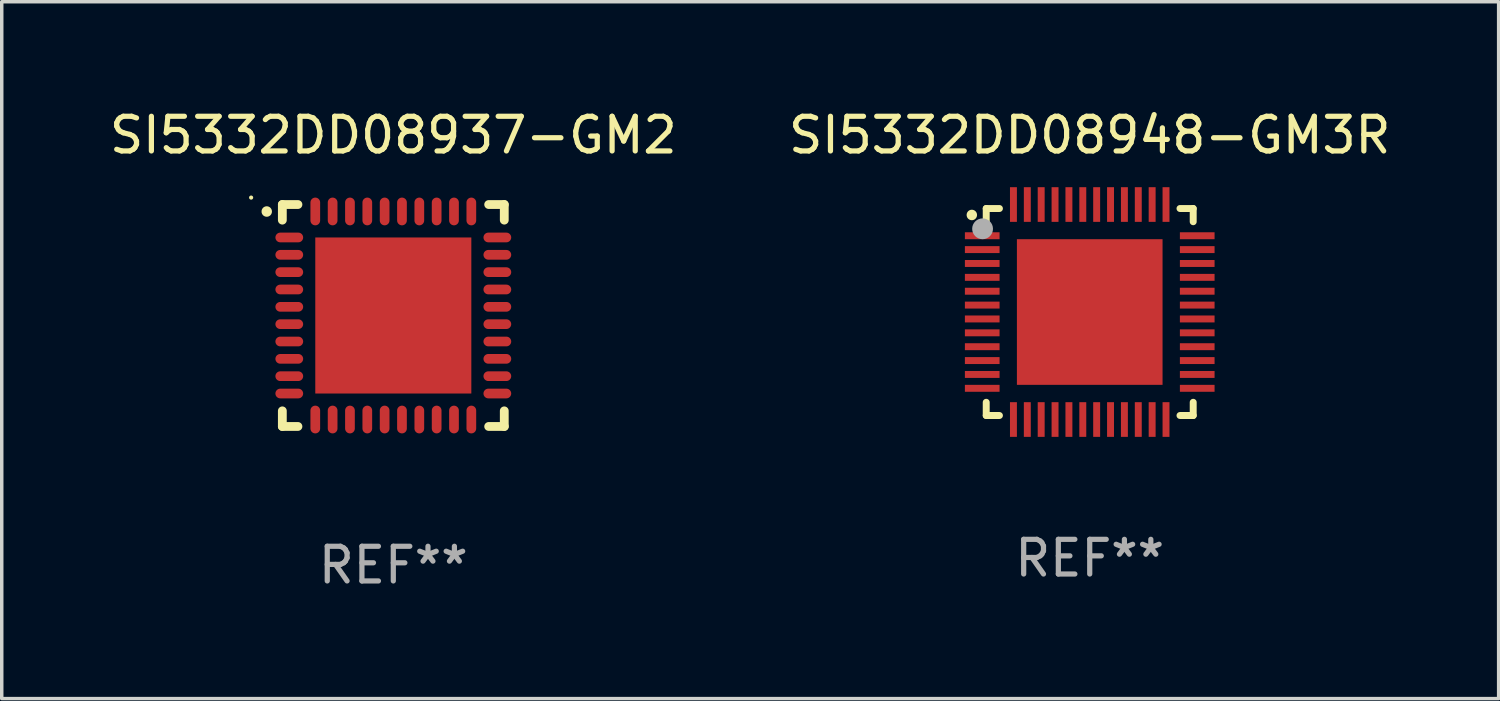
<source format=kicad_pcb>
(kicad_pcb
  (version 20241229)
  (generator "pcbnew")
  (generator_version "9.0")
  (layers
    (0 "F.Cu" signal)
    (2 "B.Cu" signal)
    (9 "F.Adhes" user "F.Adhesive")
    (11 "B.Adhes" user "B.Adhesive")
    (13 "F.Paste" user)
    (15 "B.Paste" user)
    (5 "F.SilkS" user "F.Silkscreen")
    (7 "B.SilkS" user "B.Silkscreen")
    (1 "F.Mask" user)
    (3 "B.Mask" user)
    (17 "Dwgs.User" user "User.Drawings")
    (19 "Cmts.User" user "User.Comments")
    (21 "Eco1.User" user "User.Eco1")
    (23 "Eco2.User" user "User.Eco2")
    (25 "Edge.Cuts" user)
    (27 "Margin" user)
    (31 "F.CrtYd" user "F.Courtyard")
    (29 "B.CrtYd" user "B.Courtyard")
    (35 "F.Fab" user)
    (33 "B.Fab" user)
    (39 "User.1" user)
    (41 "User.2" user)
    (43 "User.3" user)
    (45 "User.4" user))
  (footprint "SI5332DD08948-GM3R"
    (layer "F.Cu")
    (at 28.375 5.948)
    (property "Reference" "SI5332DD08948-GM3R" (at 0 -5.1 0) (layer "F.SilkS") (effects (font (size 1 1) (thickness 0.15))))
    (attr through_hole)
    (fp_line (start -2.985 -2.985) (end -2.604 -2.985) (stroke (width 0.2) (type solid)) (layer "F.SilkS"))
    (fp_line (start -2.985 -2.604) (end -2.985 -2.985) (stroke (width 0.2) (type solid)) (layer "F.SilkS"))
    (fp_line (start -2.985 2.984) (end -2.985 2.603) (stroke (width 0.2) (type solid)) (layer "F.SilkS"))
    (fp_line (start -2.604 2.984) (end -2.985 2.984) (stroke (width 0.2) (type solid)) (layer "F.SilkS"))
    (fp_line (start 2.603 -2.985) (end 2.984 -2.985) (stroke (width 0.2) (type solid)) (layer "F.SilkS"))
    (fp_line (start 2.984 -2.985) (end 2.984 -2.604) (stroke (width 0.2) (type solid)) (layer "F.SilkS"))
    (fp_line (start 2.984 2.603) (end 2.984 2.984) (stroke (width 0.2) (type solid)) (layer "F.SilkS"))
    (fp_line (start 2.984 2.984) (end 2.603 2.984) (stroke (width 0.2) (type solid)) (layer "F.SilkS"))
    (fp_arc (start -3.400076 -2.797562) (mid -3.400081 -2.798806) (end -3.400076 -2.800051) (stroke (width 0.3) (type solid)) (layer "F.SilkS"))
    (fp_circle (center -3 -3) (end -2.97 -3) (stroke (width 0.06) (type solid)) (fill no) (layer "F.SilkS"))
    (fp_circle (center -3.09 -2.4) (end -2.94 -2.4) (stroke (width 0.3) (type solid)) (fill no) (layer "F.Fab"))
    (fp_text user "REF**" (at 0 7.1 0) (layer "F.Fab") (effects (font (size 1 1) (thickness 0.15))))
    (pad "1" smd rect (at -3.1 -2.2) (size 1 0.2) (layers "F.Cu" "F.Mask" "F.Paste"))
    (pad "2" smd rect (at -3.1 -1.8) (size 1 0.2) (layers "F.Cu" "F.Mask" "F.Paste"))
    (pad "3" smd rect (at -3.1 -1.4) (size 1 0.2) (layers "F.Cu" "F.Mask" "F.Paste"))
    (pad "4" smd rect (at -3.1 -1) (size 1 0.2) (layers "F.Cu" "F.Mask" "F.Paste"))
    (pad "5" smd rect (at -3.1 -0.6) (size 1 0.2) (layers "F.Cu" "F.Mask" "F.Paste"))
    (pad "6" smd rect (at -3.1 -0.2) (size 1 0.2) (layers "F.Cu" "F.Mask" "F.Paste"))
    (pad "7" smd rect (at -3.1 0.2) (size 1 0.2) (layers "F.Cu" "F.Mask" "F.Paste"))
    (pad "8" smd rect (at -3.1 0.6) (size 1 0.2) (layers "F.Cu" "F.Mask" "F.Paste"))
    (pad "9" smd rect (at -3.1 1) (size 1 0.2) (layers "F.Cu" "F.Mask" "F.Paste"))
    (pad "10" smd rect (at -3.1 1.4) (size 1 0.2) (layers "F.Cu" "F.Mask" "F.Paste"))
    (pad "11" smd rect (at -3.1 1.8) (size 1 0.2) (layers "F.Cu" "F.Mask" "F.Paste"))
    (pad "12" smd rect (at -3.1 2.2) (size 1 0.2) (layers "F.Cu" "F.Mask" "F.Paste"))
    (pad "13" smd rect (at -2.2 3.1) (size 0.2 1) (layers "F.Cu" "F.Mask" "F.Paste"))
    (pad "14" smd rect (at -1.8 3.1) (size 0.2 1) (layers "F.Cu" "F.Mask" "F.Paste"))
    (pad "15" smd rect (at -1.4 3.1) (size 0.2 1) (layers "F.Cu" "F.Mask" "F.Paste"))
    (pad "16" smd rect (at -1 3.1) (size 0.2 1) (layers "F.Cu" "F.Mask" "F.Paste"))
    (pad "17" smd rect (at -0.6 3.1) (size 0.2 1) (layers "F.Cu" "F.Mask" "F.Paste"))
    (pad "18" smd rect (at -0.2 3.1) (size 0.2 1) (layers "F.Cu" "F.Mask" "F.Paste"))
    (pad "19" smd rect (at 0.2 3.1) (size 0.2 1) (layers "F.Cu" "F.Mask" "F.Paste"))
    (pad "20" smd rect (at 0.6 3.1) (size 0.2 1) (layers "F.Cu" "F.Mask" "F.Paste"))
    (pad "21" smd rect (at 1 3.1) (size 0.2 1) (layers "F.Cu" "F.Mask" "F.Paste"))
    (pad "22" smd rect (at 1.4 3.1) (size 0.2 1) (layers "F.Cu" "F.Mask" "F.Paste"))
    (pad "23" smd rect (at 1.8 3.1) (size 0.2 1) (layers "F.Cu" "F.Mask" "F.Paste"))
    (pad "24" smd rect (at 2.2 3.1) (size 0.2 1) (layers "F.Cu" "F.Mask" "F.Paste"))
    (pad "25" smd rect (at 3.1 2.2) (size 1 0.2) (layers "F.Cu" "F.Mask" "F.Paste"))
    (pad "26" smd rect (at 3.1 1.8) (size 1 0.2) (layers "F.Cu" "F.Mask" "F.Paste"))
    (pad "27" smd rect (at 3.1 1.4) (size 1 0.2) (layers "F.Cu" "F.Mask" "F.Paste"))
    (pad "28" smd rect (at 3.1 1) (size 1 0.2) (layers "F.Cu" "F.Mask" "F.Paste"))
    (pad "29" smd rect (at 3.1 0.6) (size 1 0.2) (layers "F.Cu" "F.Mask" "F.Paste"))
    (pad "30" smd rect (at 3.1 0.2) (size 1 0.2) (layers "F.Cu" "F.Mask" "F.Paste"))
    (pad "31" smd rect (at 3.1 -0.2) (size 1 0.2) (layers "F.Cu" "F.Mask" "F.Paste"))
    (pad "32" smd rect (at 3.1 -0.6) (size 1 0.2) (layers "F.Cu" "F.Mask" "F.Paste"))
    (pad "33" smd rect (at 3.1 -1) (size 1 0.2) (layers "F.Cu" "F.Mask" "F.Paste"))
    (pad "34" smd rect (at 3.1 -1.4) (size 1 0.2) (layers "F.Cu" "F.Mask" "F.Paste"))
    (pad "35" smd rect (at 3.1 -1.8) (size 1 0.2) (layers "F.Cu" "F.Mask" "F.Paste"))
    (pad "36" smd rect (at 3.1 -2.2) (size 1 0.2) (layers "F.Cu" "F.Mask" "F.Paste"))
    (pad "37" smd rect (at 2.2 -3.1) (size 0.2 1) (layers "F.Cu" "F.Mask" "F.Paste"))
    (pad "38" smd rect (at 1.8 -3.1) (size 0.2 1) (layers "F.Cu" "F.Mask" "F.Paste"))
    (pad "39" smd rect (at 1.4 -3.1) (size 0.2 1) (layers "F.Cu" "F.Mask" "F.Paste"))
    (pad "40" smd rect (at 1 -3.1) (size 0.2 1) (layers "F.Cu" "F.Mask" "F.Paste"))
    (pad "41" smd rect (at 0.6 -3.1) (size 0.2 1) (layers "F.Cu" "F.Mask" "F.Paste"))
    (pad "42" smd rect (at 0.2 -3.1) (size 0.2 1) (layers "F.Cu" "F.Mask" "F.Paste"))
    (pad "43" smd rect (at -0.2 -3.1) (size 0.2 1) (layers "F.Cu" "F.Mask" "F.Paste"))
    (pad "44" smd rect (at -0.6 -3.1) (size 0.2 1) (layers "F.Cu" "F.Mask" "F.Paste"))
    (pad "45" smd rect (at -1 -3.1) (size 0.2 1) (layers "F.Cu" "F.Mask" "F.Paste"))
    (pad "46" smd rect (at -1.4 -3.1) (size 0.2 1) (layers "F.Cu" "F.Mask" "F.Paste"))
    (pad "47" smd rect (at -1.8 -3.1) (size 0.2 1) (layers "F.Cu" "F.Mask" "F.Paste"))
    (pad "48" smd rect (at -2.2 -3.1) (size 0.2 1) (layers "F.Cu" "F.Mask" "F.Paste"))
    (pad "49" smd rect (at -0.000127 0) (size 4.2 4.2) (layers "F.Cu" "F.Mask" "F.Paste")))
  (footprint "SI5332DD08937-GM2"
    (layer "F.Cu")
    (at 8.292 6.048)
    (property "Reference" "SI5332DD08937-GM2" (at 0 -5.2 0) (layer "F.SilkS") (effects (font (size 1 1) (thickness 0.15))))
    (attr through_hole)
    (fp_line (start -3.2 -3.2) (end -2.75 -3.2) (stroke (width 0.254) (type solid)) (layer "F.SilkS"))
    (fp_line (start -3.2 -2.75) (end -3.2 -3.2) (stroke (width 0.254) (type solid)) (layer "F.SilkS"))
    (fp_line (start -3.2 3.2) (end -3.2 2.75) (stroke (width 0.254) (type solid)) (layer "F.SilkS"))
    (fp_line (start -2.75 3.2) (end -3.2 3.2) (stroke (width 0.254) (type solid)) (layer "F.SilkS"))
    (fp_line (start 2.75 3.2) (end 3.2 3.2) (stroke (width 0.254) (type solid)) (layer "F.SilkS"))
    (fp_line (start 3.2 -3.2) (end 2.75 -3.2) (stroke (width 0.254) (type solid)) (layer "F.SilkS"))
    (fp_line (start 3.2 -2.75) (end 3.2 -3.2) (stroke (width 0.254) (type solid)) (layer "F.SilkS"))
    (fp_line (start 3.2 3.2) (end 3.2 2.75) (stroke (width 0.254) (type solid)) (layer "F.SilkS"))
    (fp_arc (start -3.649987 -2.997206) (mid -3.649992 -2.998476) (end -3.649987 -2.999746) (stroke (width 0.3) (type solid)) (layer "F.SilkS"))
    (fp_circle (center -4.1 -3.4) (end -4.07 -3.4) (stroke (width 0.06) (type solid)) (fill no) (layer "F.SilkS"))
    (fp_text user "REF**" (at 0 7.2 0) (layer "F.Fab") (effects (font (size 1 1) (thickness 0.15))))
    (pad "1" smd oval (at -3 -2.25 90) (size 0.28 0.8) (layers "F.Cu" "F.Mask" "F.Paste"))
    (pad "2" smd oval (at -3 -1.75 90) (size 0.28 0.8) (layers "F.Cu" "F.Mask" "F.Paste"))
    (pad "3" smd oval (at -3 -1.25 90) (size 0.28 0.8) (layers "F.Cu" "F.Mask" "F.Paste"))
    (pad "4" smd oval (at -3 -0.75 90) (size 0.28 0.8) (layers "F.Cu" "F.Mask" "F.Paste"))
    (pad "5" smd oval (at -3 -0.25 90) (size 0.28 0.8) (layers "F.Cu" "F.Mask" "F.Paste"))
    (pad "6" smd oval (at -3 0.25 90) (size 0.28 0.8) (layers "F.Cu" "F.Mask" "F.Paste"))
    (pad "7" smd oval (at -3 0.75 90) (size 0.28 0.8) (layers "F.Cu" "F.Mask" "F.Paste"))
    (pad "8" smd oval (at -3 1.25 90) (size 0.28 0.8) (layers "F.Cu" "F.Mask" "F.Paste"))
    (pad "9" smd oval (at -3 1.75 90) (size 0.28 0.8) (layers "F.Cu" "F.Mask" "F.Paste"))
    (pad "10" smd oval (at -3 2.25 90) (size 0.28 0.8) (layers "F.Cu" "F.Mask" "F.Paste"))
    (pad "11" smd oval (at -2.25 3) (size 0.28 0.8) (layers "F.Cu" "F.Mask" "F.Paste"))
    (pad "12" smd oval (at -1.75 3) (size 0.28 0.8) (layers "F.Cu" "F.Mask" "F.Paste"))
    (pad "13" smd oval (at -1.25 3) (size 0.28 0.8) (layers "F.Cu" "F.Mask" "F.Paste"))
    (pad "14" smd oval (at -0.75 3) (size 0.28 0.8) (layers "F.Cu" "F.Mask" "F.Paste"))
    (pad "15" smd oval (at -0.25 3) (size 0.28 0.8) (layers "F.Cu" "F.Mask" "F.Paste"))
    (pad "16" smd oval (at 0.25 3) (size 0.28 0.8) (layers "F.Cu" "F.Mask" "F.Paste"))
    (pad "17" smd oval (at 0.75 3) (size 0.28 0.8) (layers "F.Cu" "F.Mask" "F.Paste"))
    (pad "18" smd oval (at 1.25 3) (size 0.28 0.8) (layers "F.Cu" "F.Mask" "F.Paste"))
    (pad "19" smd oval (at 1.75 3) (size 0.28 0.8) (layers "F.Cu" "F.Mask" "F.Paste"))
    (pad "20" smd oval (at 2.25 3) (size 0.28 0.8) (layers "F.Cu" "F.Mask" "F.Paste"))
    (pad "21" smd oval (at 3 2.25 90) (size 0.28 0.8) (layers "F.Cu" "F.Mask" "F.Paste"))
    (pad "22" smd oval (at 3 1.75 90) (size 0.28 0.8) (layers "F.Cu" "F.Mask" "F.Paste"))
    (pad "23" smd oval (at 3 1.25 90) (size 0.28 0.8) (layers "F.Cu" "F.Mask" "F.Paste"))
    (pad "24" smd oval (at 3 0.75 90) (size 0.28 0.8) (layers "F.Cu" "F.Mask" "F.Paste"))
    (pad "25" smd oval (at 3 0.25 90) (size 0.28 0.8) (layers "F.Cu" "F.Mask" "F.Paste"))
    (pad "26" smd oval (at 3 -0.25 90) (size 0.28 0.8) (layers "F.Cu" "F.Mask" "F.Paste"))
    (pad "27" smd oval (at 3 -0.75 90) (size 0.28 0.8) (layers "F.Cu" "F.Mask" "F.Paste"))
    (pad "28" smd oval (at 3 -1.25 90) (size 0.28 0.8) (layers "F.Cu" "F.Mask" "F.Paste"))
    (pad "29" smd oval (at 3 -1.75 90) (size 0.28 0.8) (layers "F.Cu" "F.Mask" "F.Paste"))
    (pad "30" smd oval (at 3 -2.25 90) (size 0.28 0.8) (layers "F.Cu" "F.Mask" "F.Paste"))
    (pad "31" smd oval (at 2.25 -3) (size 0.28 0.8) (layers "F.Cu" "F.Mask" "F.Paste"))
    (pad "32" smd oval (at 1.75 -3) (size 0.28 0.8) (layers "F.Cu" "F.Mask" "F.Paste"))
    (pad "33" smd oval (at 1.25 -3) (size 0.28 0.8) (layers "F.Cu" "F.Mask" "F.Paste"))
    (pad "34" smd oval (at 0.75 -3) (size 0.28 0.8) (layers "F.Cu" "F.Mask" "F.Paste"))
    (pad "35" smd oval (at 0.25 -3) (size 0.28 0.8) (layers "F.Cu" "F.Mask" "F.Paste"))
    (pad "36" smd oval (at -0.25 -3) (size 0.28 0.8) (layers "F.Cu" "F.Mask" "F.Paste"))
    (pad "37" smd oval (at -0.75 -3) (size 0.28 0.8) (layers "F.Cu" "F.Mask" "F.Paste"))
    (pad "38" smd oval (at -1.25 -3) (size 0.28 0.8) (layers "F.Cu" "F.Mask" "F.Paste"))
    (pad "39" smd oval (at -1.75 -3) (size 0.28 0.8) (layers "F.Cu" "F.Mask" "F.Paste"))
    (pad "40" smd oval (at -2.25 -3) (size 0.28 0.8) (layers "F.Cu" "F.Mask" "F.Paste"))
    (pad "41" smd rect (at 0 0) (size 4.5 4.5) (layers "F.Cu" "F.Mask" "F.Paste")))
  (gr_rect
    (start -3 -3)
    (end 40.167 17.096)
    (stroke (width 0.1) (type default))
    (fill no)
    (layer "Edge.Cuts")))
</source>
